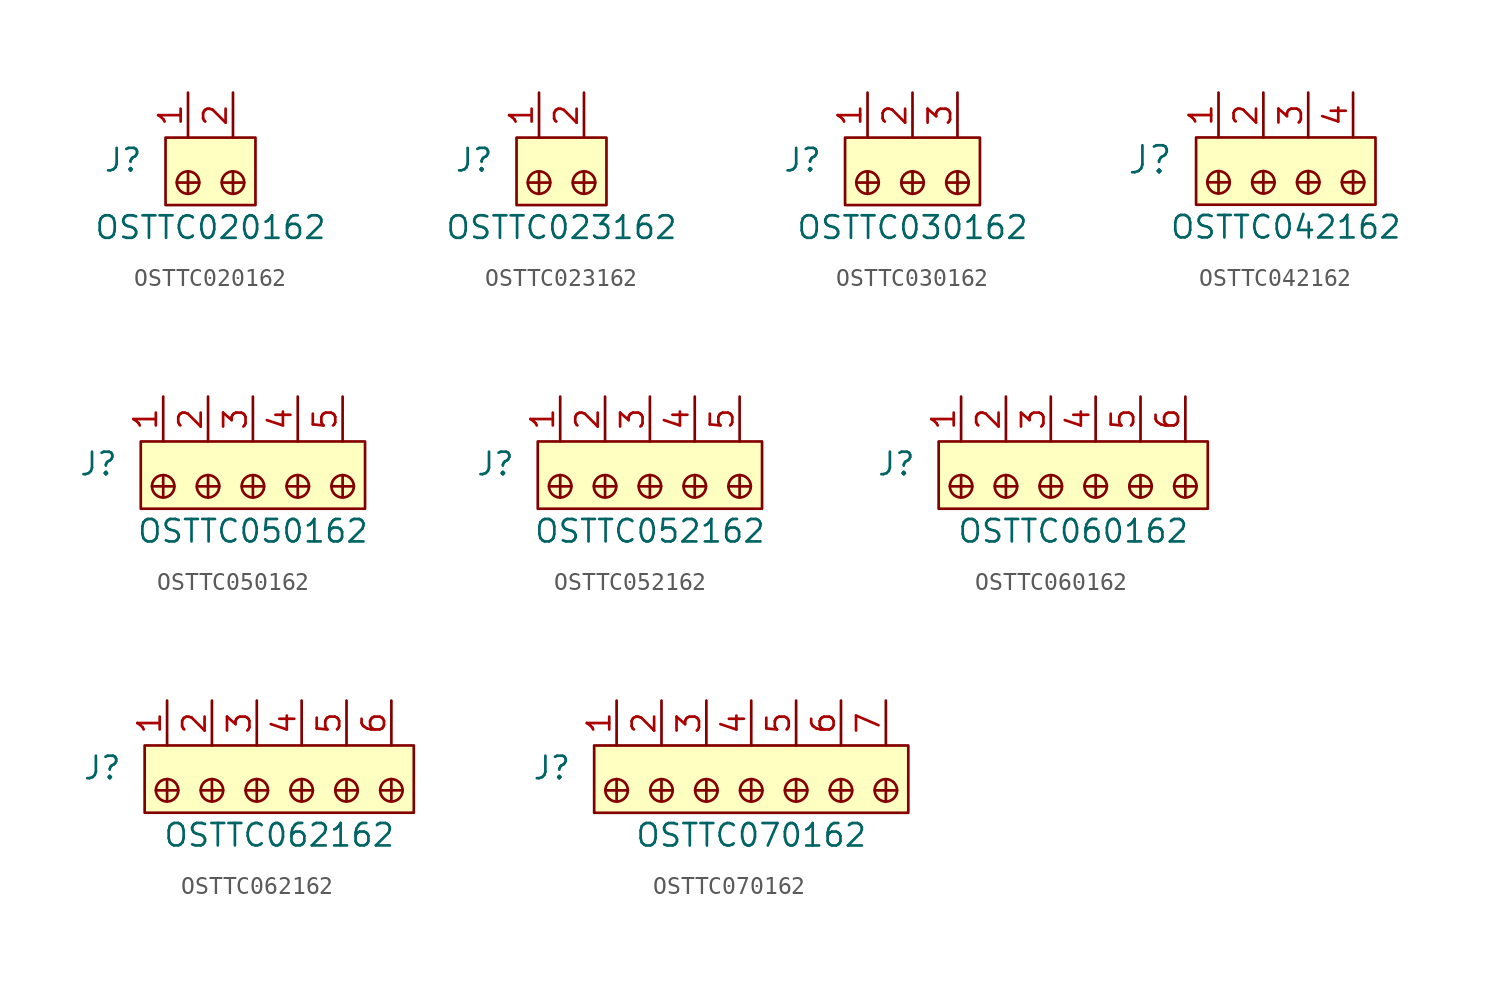
<source format=kicad_sym>
(kicad_symbol_lib
  (version 20231120)
  (generator "kicad_symbol_editor")
  (generator_version "8.0")
  (symbol "OSTTC020162"
    (pin_names
      (offset 1.016))
    (property "Reference" "J"
      (at -2.54 1.27 0)
      (effects (font (size 1.27 1.27)) (justify right)))
    (property "Value" "OSTTC020162"
      (at 1.27 -2.54 0)
      (effects (font (size 1.27 1.27))))
    (symbol "OSTTC020162_1_1"
      (rectangle (start -1.27 2.54) (end 3.81 -1.27) (stroke (width 0) (type solid)) (fill (type background)))
      (polyline (pts (xy 0 0.635) (xy 0 -0.635)) (stroke (width 0) (type solid)) (fill (type none)))
      (polyline (pts (xy 0.635 0) (xy -0.635 0)) (stroke (width 0) (type solid)) (fill (type none)))
      (polyline (pts (xy 1.905 0) (xy 3.175 0)) (stroke (width 0) (type solid)) (fill (type none)))
      (polyline (pts (xy 2.54 0.635) (xy 2.54 -0.635)) (stroke (width 0) (type solid)) (fill (type none)))
      (circle (center 0 0) (radius 0.635) (stroke (width 0) (type solid)) (fill (type none)))
      (circle (center 2.54 0) (radius 0.635) (stroke (width 0) (type solid)) (fill (type none)))
      (pin passive line (at 0 5.08 270) (length 2.54) (name "~" (effects (font (size 1.27 1.27)))) (number "1" (effects (font (size 1.27 1.27)))))
      (pin passive line (at 2.54 5.08 270) (length 2.54) (name "~" (effects (font (size 1.27 1.27)))) (number "2" (effects (font (size 1.27 1.27)))))))
  (symbol "OSTTC023162"
    (pin_names
      (offset 1.016))
    (property "Reference" "J"
      (at -2.54 -1.27 0)
      (effects (font (size 1.27 1.27)) (justify right)))
    (property "Value" "OSTTC023162"
      (at 1.27 -5.08 0)
      (effects (font (size 1.27 1.27))))
    (symbol "OSTTC023162_1_1"
      (rectangle (start -1.27 0) (end 3.81 -3.81) (stroke (width 0) (type solid)) (fill (type background)))
      (circle (center 0 -2.54) (radius 0.635) (stroke (width 0) (type solid)) (fill (type none)))
      (polyline (pts (xy 0 -1.905) (xy 0 -3.175)) (stroke (width 0) (type solid)) (fill (type none)))
      (polyline (pts (xy 0.635 -2.54) (xy -0.635 -2.54)) (stroke (width 0) (type solid)) (fill (type none)))
      (polyline (pts (xy 1.905 -2.54) (xy 3.175 -2.54)) (stroke (width 0) (type solid)) (fill (type none)))
      (polyline (pts (xy 2.54 -1.905) (xy 2.54 -3.175)) (stroke (width 0) (type solid)) (fill (type none)))
      (circle (center 2.54 -2.54) (radius 0.635) (stroke (width 0) (type solid)) (fill (type none)))
      (pin passive line (at 0 2.54 270) (length 2.54) (name "~" (effects (font (size 1.27 1.27)))) (number "1" (effects (font (size 1.27 1.27)))))
      (pin passive line (at 2.54 2.54 270) (length 2.54) (name "~" (effects (font (size 1.27 1.27)))) (number "2" (effects (font (size 1.27 1.27)))))))
  (symbol "OSTTC030162"
    (pin_names
      (offset 1.016))
    (property "Reference" "J"
      (at -2.54 1.27 0)
      (effects (font (size 1.27 1.27)) (justify right)))
    (property "Value" "OSTTC030162"
      (at 2.54 -2.54 0)
      (effects (font (size 1.27 1.27))))
    (symbol "OSTTC030162_1_1"
      (rectangle (start -1.27 2.54) (end 6.35 -1.27) (stroke (width 0) (type solid)) (fill (type background)))
      (polyline (pts (xy 0 0.635) (xy 0 -0.635)) (stroke (width 0) (type solid)) (fill (type none)))
      (polyline (pts (xy 0.635 0) (xy -0.635 0)) (stroke (width 0) (type solid)) (fill (type none)))
      (polyline (pts (xy 1.905 0) (xy 3.175 0)) (stroke (width 0) (type solid)) (fill (type none)))
      (polyline (pts (xy 2.54 0.635) (xy 2.54 -0.635)) (stroke (width 0) (type solid)) (fill (type none)))
      (polyline (pts (xy 4.445 0) (xy 5.715 0)) (stroke (width 0) (type solid)) (fill (type none)))
      (polyline (pts (xy 5.08 0.635) (xy 5.08 -0.635)) (stroke (width 0) (type solid)) (fill (type none)))
      (circle (center 0 0) (radius 0.635) (stroke (width 0) (type solid)) (fill (type none)))
      (circle (center 2.54 0) (radius 0.635) (stroke (width 0) (type solid)) (fill (type none)))
      (circle (center 5.08 0) (radius 0.635) (stroke (width 0) (type solid)) (fill (type none)))
      (pin passive line (at 0 5.08 270) (length 2.54) (name "~" (effects (font (size 1.27 1.27)))) (number "1" (effects (font (size 1.27 1.27)))))
      (pin passive line (at 2.54 5.08 270) (length 2.54) (name "~" (effects (font (size 1.27 1.27)))) (number "2" (effects (font (size 1.27 1.27)))))
      (pin passive line (at 5.08 5.08 270) (length 2.54) (name "~" (effects (font (size 1.27 1.27)))) (number "3" (effects (font (size 1.27 1.27)))))))
  (symbol "OSTTC042162"
    (pin_names
      (offset 1.016))
    (property "Reference" "J"
      (at -2.54 -1.27 0)
      (effects (font (size 1.524 1.524)) (justify right)))
    (property "Value" "OSTTC042162"
      (at 3.81 -5.08 0)
      (effects (font (size 1.27 1.27))))
    (symbol "OSTTC042162_1_1"
      (rectangle (start -1.27 0) (end 8.89 -3.81) (stroke (width 0) (type solid)) (fill (type background)))
      (circle (center 0 -2.54) (radius 0.635) (stroke (width 0) (type solid)) (fill (type none)))
      (polyline (pts (xy 0 -1.905) (xy 0 -3.175)) (stroke (width 0) (type solid)) (fill (type none)))
      (polyline (pts (xy 0.635 -2.54) (xy -0.635 -2.54)) (stroke (width 0) (type solid)) (fill (type none)))
      (polyline (pts (xy 1.905 -2.54) (xy 3.175 -2.54)) (stroke (width 0) (type solid)) (fill (type none)))
      (polyline (pts (xy 2.54 -1.905) (xy 2.54 -3.175)) (stroke (width 0) (type solid)) (fill (type none)))
      (polyline (pts (xy 5.08 -1.905) (xy 5.08 -3.175)) (stroke (width 0) (type solid)) (fill (type none)))
      (polyline (pts (xy 5.715 -2.54) (xy 4.445 -2.54)) (stroke (width 0) (type solid)) (fill (type none)))
      (polyline (pts (xy 6.985 -2.54) (xy 8.255 -2.54)) (stroke (width 0) (type solid)) (fill (type none)))
      (polyline (pts (xy 7.62 -1.905) (xy 7.62 -3.175)) (stroke (width 0) (type solid)) (fill (type none)))
      (circle (center 2.54 -2.54) (radius 0.635) (stroke (width 0) (type solid)) (fill (type none)))
      (circle (center 5.08 -2.54) (radius 0.635) (stroke (width 0) (type solid)) (fill (type none)))
      (circle (center 7.62 -2.54) (radius 0.635) (stroke (width 0) (type solid)) (fill (type none)))
      (pin passive line (at 0 2.54 270) (length 2.54) (name "~" (effects (font (size 1.27 1.27)))) (number "1" (effects (font (size 1.27 1.27)))))
      (pin passive line (at 2.54 2.54 270) (length 2.54) (name "~" (effects (font (size 1.27 1.27)))) (number "2" (effects (font (size 1.27 1.27)))))
      (pin passive line (at 5.08 2.54 270) (length 2.54) (name "~" (effects (font (size 1.27 1.27)))) (number "3" (effects (font (size 1.27 1.27)))))
      (pin passive line (at 7.62 2.54 270) (length 2.54) (name "~" (effects (font (size 1.27 1.27)))) (number "4" (effects (font (size 1.27 1.27)))))))
  (symbol "OSTTC050162"
    (pin_names
      (offset 1.016))
    (property "Reference" "J"
      (at -2.54 -1.27 0)
      (effects (font (size 1.27 1.27)) (justify right)))
    (property "Value" "OSTTC050162"
      (at 5.08 -5.08 0)
      (effects (font (size 1.27 1.27))))
    (symbol "OSTTC050162_1_1"
      (rectangle (start -1.27 0) (end 11.43 -3.81) (stroke (width 0) (type solid)) (fill (type background)))
      (circle (center 0 -2.54) (radius 0.635) (stroke (width 0) (type solid)) (fill (type none)))
      (polyline (pts (xy 0 -1.905) (xy 0 -3.175)) (stroke (width 0) (type solid)) (fill (type none)))
      (polyline (pts (xy 0.635 -2.54) (xy -0.635 -2.54)) (stroke (width 0) (type solid)) (fill (type none)))
      (polyline (pts (xy 1.905 -2.54) (xy 3.175 -2.54)) (stroke (width 0) (type solid)) (fill (type none)))
      (polyline (pts (xy 2.54 -1.905) (xy 2.54 -3.175)) (stroke (width 0) (type solid)) (fill (type none)))
      (polyline (pts (xy 5.08 -1.905) (xy 5.08 -3.175)) (stroke (width 0) (type solid)) (fill (type none)))
      (polyline (pts (xy 5.715 -2.54) (xy 4.445 -2.54)) (stroke (width 0) (type solid)) (fill (type none)))
      (polyline (pts (xy 6.985 -2.54) (xy 8.255 -2.54)) (stroke (width 0) (type solid)) (fill (type none)))
      (polyline (pts (xy 7.62 -1.905) (xy 7.62 -3.175)) (stroke (width 0) (type solid)) (fill (type none)))
      (polyline (pts (xy 9.525 -2.54) (xy 10.795 -2.54)) (stroke (width 0) (type solid)) (fill (type none)))
      (polyline (pts (xy 10.16 -1.905) (xy 10.16 -3.175)) (stroke (width 0) (type solid)) (fill (type none)))
      (circle (center 2.54 -2.54) (radius 0.635) (stroke (width 0) (type solid)) (fill (type none)))
      (circle (center 5.08 -2.54) (radius 0.635) (stroke (width 0) (type solid)) (fill (type none)))
      (circle (center 7.62 -2.54) (radius 0.635) (stroke (width 0) (type solid)) (fill (type none)))
      (circle (center 10.16 -2.54) (radius 0.635) (stroke (width 0) (type solid)) (fill (type none)))
      (pin passive line (at 0 2.54 270) (length 2.54) (name "~" (effects (font (size 1.27 1.27)))) (number "1" (effects (font (size 1.27 1.27)))))
      (pin passive line (at 2.54 2.54 270) (length 2.54) (name "~" (effects (font (size 1.27 1.27)))) (number "2" (effects (font (size 1.27 1.27)))))
      (pin passive line (at 5.08 2.54 270) (length 2.54) (name "~" (effects (font (size 1.27 1.27)))) (number "3" (effects (font (size 1.27 1.27)))))
      (pin passive line (at 7.62 2.54 270) (length 2.54) (name "~" (effects (font (size 1.27 1.27)))) (number "4" (effects (font (size 1.27 1.27)))))
      (pin passive line (at 10.16 2.54 270) (length 2.54) (name "~" (effects (font (size 1.27 1.27)))) (number "5" (effects (font (size 1.27 1.27)))))))
  (symbol "OSTTC052162"
    (pin_names
      (offset 1.016))
    (property "Reference" "J"
      (at -2.54 -1.27 0)
      (effects (font (size 1.27 1.27)) (justify right)))
    (property "Value" "OSTTC052162"
      (at 5.08 -5.08 0)
      (effects (font (size 1.27 1.27))))
    (symbol "OSTTC052162_1_1"
      (rectangle (start -1.27 0) (end 11.43 -3.81) (stroke (width 0) (type solid)) (fill (type background)))
      (circle (center 0 -2.54) (radius 0.635) (stroke (width 0) (type solid)) (fill (type none)))
      (polyline (pts (xy 0 -1.905) (xy 0 -3.175)) (stroke (width 0) (type solid)) (fill (type none)))
      (polyline (pts (xy 0.635 -2.54) (xy -0.635 -2.54)) (stroke (width 0) (type solid)) (fill (type none)))
      (polyline (pts (xy 1.905 -2.54) (xy 3.175 -2.54)) (stroke (width 0) (type solid)) (fill (type none)))
      (polyline (pts (xy 2.54 -1.905) (xy 2.54 -3.175)) (stroke (width 0) (type solid)) (fill (type none)))
      (polyline (pts (xy 5.08 -1.905) (xy 5.08 -3.175)) (stroke (width 0) (type solid)) (fill (type none)))
      (polyline (pts (xy 5.715 -2.54) (xy 4.445 -2.54)) (stroke (width 0) (type solid)) (fill (type none)))
      (polyline (pts (xy 6.985 -2.54) (xy 8.255 -2.54)) (stroke (width 0) (type solid)) (fill (type none)))
      (polyline (pts (xy 7.62 -1.905) (xy 7.62 -3.175)) (stroke (width 0) (type solid)) (fill (type none)))
      (polyline (pts (xy 9.525 -2.54) (xy 10.795 -2.54)) (stroke (width 0) (type solid)) (fill (type none)))
      (polyline (pts (xy 10.16 -1.905) (xy 10.16 -3.175)) (stroke (width 0) (type solid)) (fill (type none)))
      (circle (center 2.54 -2.54) (radius 0.635) (stroke (width 0) (type solid)) (fill (type none)))
      (circle (center 5.08 -2.54) (radius 0.635) (stroke (width 0) (type solid)) (fill (type none)))
      (circle (center 7.62 -2.54) (radius 0.635) (stroke (width 0) (type solid)) (fill (type none)))
      (circle (center 10.16 -2.54) (radius 0.635) (stroke (width 0) (type solid)) (fill (type none)))
      (pin passive line (at 0 2.54 270) (length 2.54) (name "~" (effects (font (size 1.27 1.27)))) (number "1" (effects (font (size 1.27 1.27)))))
      (pin passive line (at 2.54 2.54 270) (length 2.54) (name "~" (effects (font (size 1.27 1.27)))) (number "2" (effects (font (size 1.27 1.27)))))
      (pin passive line (at 5.08 2.54 270) (length 2.54) (name "~" (effects (font (size 1.27 1.27)))) (number "3" (effects (font (size 1.27 1.27)))))
      (pin passive line (at 7.62 2.54 270) (length 2.54) (name "~" (effects (font (size 1.27 1.27)))) (number "4" (effects (font (size 1.27 1.27)))))
      (pin passive line (at 10.16 2.54 270) (length 2.54) (name "~" (effects (font (size 1.27 1.27)))) (number "5" (effects (font (size 1.27 1.27)))))))
  (symbol "OSTTC060162"
    (pin_names
      (offset 1.016))
    (property "Reference" "J"
      (at -2.54 -1.27 0)
      (effects (font (size 1.27 1.27)) (justify right)))
    (property "Value" "OSTTC060162"
      (at 6.35 -5.08 0)
      (effects (font (size 1.27 1.27))))
    (symbol "OSTTC060162_1_1"
      (rectangle (start -1.27 0) (end 13.97 -3.81) (stroke (width 0) (type solid)) (fill (type background)))
      (circle (center 0 -2.54) (radius 0.635) (stroke (width 0) (type solid)) (fill (type none)))
      (polyline (pts (xy 0 -1.905) (xy 0 -3.175)) (stroke (width 0) (type solid)) (fill (type none)))
      (polyline (pts (xy 0.635 -2.54) (xy -0.635 -2.54)) (stroke (width 0) (type solid)) (fill (type none)))
      (polyline (pts (xy 1.905 -2.54) (xy 3.175 -2.54)) (stroke (width 0) (type solid)) (fill (type none)))
      (polyline (pts (xy 2.54 -1.905) (xy 2.54 -3.175)) (stroke (width 0) (type solid)) (fill (type none)))
      (polyline (pts (xy 5.08 -1.905) (xy 5.08 -3.175)) (stroke (width 0) (type solid)) (fill (type none)))
      (polyline (pts (xy 5.715 -2.54) (xy 4.445 -2.54)) (stroke (width 0) (type solid)) (fill (type none)))
      (polyline (pts (xy 6.985 -2.54) (xy 8.255 -2.54)) (stroke (width 0) (type solid)) (fill (type none)))
      (polyline (pts (xy 7.62 -1.905) (xy 7.62 -3.175)) (stroke (width 0) (type solid)) (fill (type none)))
      (polyline (pts (xy 10.16 -1.905) (xy 10.16 -3.175)) (stroke (width 0) (type solid)) (fill (type none)))
      (polyline (pts (xy 10.795 -2.54) (xy 9.525 -2.54)) (stroke (width 0) (type solid)) (fill (type none)))
      (polyline (pts (xy 12.065 -2.54) (xy 13.335 -2.54)) (stroke (width 0) (type solid)) (fill (type none)))
      (polyline (pts (xy 12.7 -1.905) (xy 12.7 -3.175)) (stroke (width 0) (type solid)) (fill (type none)))
      (circle (center 2.54 -2.54) (radius 0.635) (stroke (width 0) (type solid)) (fill (type none)))
      (circle (center 5.08 -2.54) (radius 0.635) (stroke (width 0) (type solid)) (fill (type none)))
      (circle (center 7.62 -2.54) (radius 0.635) (stroke (width 0) (type solid)) (fill (type none)))
      (circle (center 10.16 -2.54) (radius 0.635) (stroke (width 0) (type solid)) (fill (type none)))
      (circle (center 12.7 -2.54) (radius 0.635) (stroke (width 0) (type solid)) (fill (type none)))
      (pin passive line (at 0 2.54 270) (length 2.54) (name "~" (effects (font (size 1.27 1.27)))) (number "1" (effects (font (size 1.27 1.27)))))
      (pin passive line (at 2.54 2.54 270) (length 2.54) (name "~" (effects (font (size 1.27 1.27)))) (number "2" (effects (font (size 1.27 1.27)))))
      (pin passive line (at 5.08 2.54 270) (length 2.54) (name "~" (effects (font (size 1.27 1.27)))) (number "3" (effects (font (size 1.27 1.27)))))
      (pin passive line (at 7.62 2.54 270) (length 2.54) (name "~" (effects (font (size 1.27 1.27)))) (number "4" (effects (font (size 1.27 1.27)))))
      (pin passive line (at 10.16 2.54 270) (length 2.54) (name "~" (effects (font (size 1.27 1.27)))) (number "5" (effects (font (size 1.27 1.27)))))
      (pin passive line (at 12.7 2.54 270) (length 2.54) (name "~" (effects (font (size 1.27 1.27)))) (number "6" (effects (font (size 1.27 1.27)))))))
  (symbol "OSTTC062162"
    (pin_names
      (offset 1.016))
    (property "Reference" "J"
      (at -2.54 -1.27 0)
      (effects (font (size 1.27 1.27)) (justify right)))
    (property "Value" "OSTTC062162"
      (at 6.35 -5.08 0)
      (effects (font (size 1.27 1.27))))
    (symbol "OSTTC062162_1_1"
      (rectangle (start -1.27 0) (end 13.97 -3.81) (stroke (width 0) (type solid)) (fill (type background)))
      (circle (center 0 -2.54) (radius 0.635) (stroke (width 0) (type solid)) (fill (type none)))
      (polyline (pts (xy 0 -1.905) (xy 0 -3.175)) (stroke (width 0) (type solid)) (fill (type none)))
      (polyline (pts (xy 0.635 -2.54) (xy -0.635 -2.54)) (stroke (width 0) (type solid)) (fill (type none)))
      (polyline (pts (xy 1.905 -2.54) (xy 3.175 -2.54)) (stroke (width 0) (type solid)) (fill (type none)))
      (polyline (pts (xy 2.54 -1.905) (xy 2.54 -3.175)) (stroke (width 0) (type solid)) (fill (type none)))
      (polyline (pts (xy 5.08 -1.905) (xy 5.08 -3.175)) (stroke (width 0) (type solid)) (fill (type none)))
      (polyline (pts (xy 5.715 -2.54) (xy 4.445 -2.54)) (stroke (width 0) (type solid)) (fill (type none)))
      (polyline (pts (xy 6.985 -2.54) (xy 8.255 -2.54)) (stroke (width 0) (type solid)) (fill (type none)))
      (polyline (pts (xy 7.62 -1.905) (xy 7.62 -3.175)) (stroke (width 0) (type solid)) (fill (type none)))
      (polyline (pts (xy 10.16 -1.905) (xy 10.16 -3.175)) (stroke (width 0) (type solid)) (fill (type none)))
      (polyline (pts (xy 10.795 -2.54) (xy 9.525 -2.54)) (stroke (width 0) (type solid)) (fill (type none)))
      (polyline (pts (xy 12.065 -2.54) (xy 13.335 -2.54)) (stroke (width 0) (type solid)) (fill (type none)))
      (polyline (pts (xy 12.7 -1.905) (xy 12.7 -3.175)) (stroke (width 0) (type solid)) (fill (type none)))
      (circle (center 2.54 -2.54) (radius 0.635) (stroke (width 0) (type solid)) (fill (type none)))
      (circle (center 5.08 -2.54) (radius 0.635) (stroke (width 0) (type solid)) (fill (type none)))
      (circle (center 7.62 -2.54) (radius 0.635) (stroke (width 0) (type solid)) (fill (type none)))
      (circle (center 10.16 -2.54) (radius 0.635) (stroke (width 0) (type solid)) (fill (type none)))
      (circle (center 12.7 -2.54) (radius 0.635) (stroke (width 0) (type solid)) (fill (type none)))
      (pin passive line (at 0 2.54 270) (length 2.54) (name "~" (effects (font (size 1.27 1.27)))) (number "1" (effects (font (size 1.27 1.27)))))
      (pin passive line (at 2.54 2.54 270) (length 2.54) (name "~" (effects (font (size 1.27 1.27)))) (number "2" (effects (font (size 1.27 1.27)))))
      (pin passive line (at 5.08 2.54 270) (length 2.54) (name "~" (effects (font (size 1.27 1.27)))) (number "3" (effects (font (size 1.27 1.27)))))
      (pin passive line (at 7.62 2.54 270) (length 2.54) (name "~" (effects (font (size 1.27 1.27)))) (number "4" (effects (font (size 1.27 1.27)))))
      (pin passive line (at 10.16 2.54 270) (length 2.54) (name "~" (effects (font (size 1.27 1.27)))) (number "5" (effects (font (size 1.27 1.27)))))
      (pin passive line (at 12.7 2.54 270) (length 2.54) (name "~" (effects (font (size 1.27 1.27)))) (number "6" (effects (font (size 1.27 1.27)))))))
  (symbol "OSTTC070162"
    (pin_names
      (offset 1.016))
    (property "Reference" "J"
      (at -2.54 -1.27 0)
      (effects (font (size 1.27 1.27)) (justify right)))
    (property "Value" "OSTTC070162"
      (at 7.62 -5.08 0)
      (effects (font (size 1.27 1.27))))
    (symbol "OSTTC070162_1_1"
      (rectangle (start -1.27 0) (end 16.51 -3.81) (stroke (width 0) (type solid)) (fill (type background)))
      (circle (center 0 -2.54) (radius 0.635) (stroke (width 0) (type solid)) (fill (type none)))
      (polyline (pts (xy 0 -1.905) (xy 0 -3.175)) (stroke (width 0) (type solid)) (fill (type none)))
      (polyline (pts (xy 0.635 -2.54) (xy -0.635 -2.54)) (stroke (width 0) (type solid)) (fill (type none)))
      (polyline (pts (xy 1.905 -2.54) (xy 3.175 -2.54)) (stroke (width 0) (type solid)) (fill (type none)))
      (polyline (pts (xy 2.54 -1.905) (xy 2.54 -3.175)) (stroke (width 0) (type solid)) (fill (type none)))
      (polyline (pts (xy 5.08 -1.905) (xy 5.08 -3.175)) (stroke (width 0) (type solid)) (fill (type none)))
      (polyline (pts (xy 5.715 -2.54) (xy 4.445 -2.54)) (stroke (width 0) (type solid)) (fill (type none)))
      (polyline (pts (xy 6.985 -2.54) (xy 8.255 -2.54)) (stroke (width 0) (type solid)) (fill (type none)))
      (polyline (pts (xy 7.62 -1.905) (xy 7.62 -3.175)) (stroke (width 0) (type solid)) (fill (type none)))
      (polyline (pts (xy 10.16 -1.905) (xy 10.16 -3.175)) (stroke (width 0) (type solid)) (fill (type none)))
      (polyline (pts (xy 10.795 -2.54) (xy 9.525 -2.54)) (stroke (width 0) (type solid)) (fill (type none)))
      (polyline (pts (xy 12.065 -2.54) (xy 13.335 -2.54)) (stroke (width 0) (type solid)) (fill (type none)))
      (polyline (pts (xy 12.7 -1.905) (xy 12.7 -3.175)) (stroke (width 0) (type solid)) (fill (type none)))
      (polyline (pts (xy 14.605 -2.54) (xy 15.875 -2.54)) (stroke (width 0) (type solid)) (fill (type none)))
      (polyline (pts (xy 15.24 -1.905) (xy 15.24 -3.175)) (stroke (width 0) (type solid)) (fill (type none)))
      (circle (center 2.54 -2.54) (radius 0.635) (stroke (width 0) (type solid)) (fill (type none)))
      (circle (center 5.08 -2.54) (radius 0.635) (stroke (width 0) (type solid)) (fill (type none)))
      (circle (center 7.62 -2.54) (radius 0.635) (stroke (width 0) (type solid)) (fill (type none)))
      (circle (center 10.16 -2.54) (radius 0.635) (stroke (width 0) (type solid)) (fill (type none)))
      (circle (center 12.7 -2.54) (radius 0.635) (stroke (width 0) (type solid)) (fill (type none)))
      (circle (center 15.24 -2.54) (radius 0.635) (stroke (width 0) (type solid)) (fill (type none)))
      (pin passive line (at 0 2.54 270) (length 2.54) (name "~" (effects (font (size 1.27 1.27)))) (number "1" (effects (font (size 1.27 1.27)))))
      (pin passive line (at 2.54 2.54 270) (length 2.54) (name "~" (effects (font (size 1.27 1.27)))) (number "2" (effects (font (size 1.27 1.27)))))
      (pin passive line (at 5.08 2.54 270) (length 2.54) (name "~" (effects (font (size 1.27 1.27)))) (number "3" (effects (font (size 1.27 1.27)))))
      (pin passive line (at 7.62 2.54 270) (length 2.54) (name "~" (effects (font (size 1.27 1.27)))) (number "4" (effects (font (size 1.27 1.27)))))
      (pin passive line (at 10.16 2.54 270) (length 2.54) (name "~" (effects (font (size 1.27 1.27)))) (number "5" (effects (font (size 1.27 1.27)))))
      (pin passive line (at 12.7 2.54 270) (length 2.54) (name "~" (effects (font (size 1.27 1.27)))) (number "6" (effects (font (size 1.27 1.27)))))
      (pin passive line (at 15.24 2.54 270) (length 2.54) (name "~" (effects (font (size 1.27 1.27)))) (number "7" (effects (font (size 1.27 1.27))))))))
</source>
